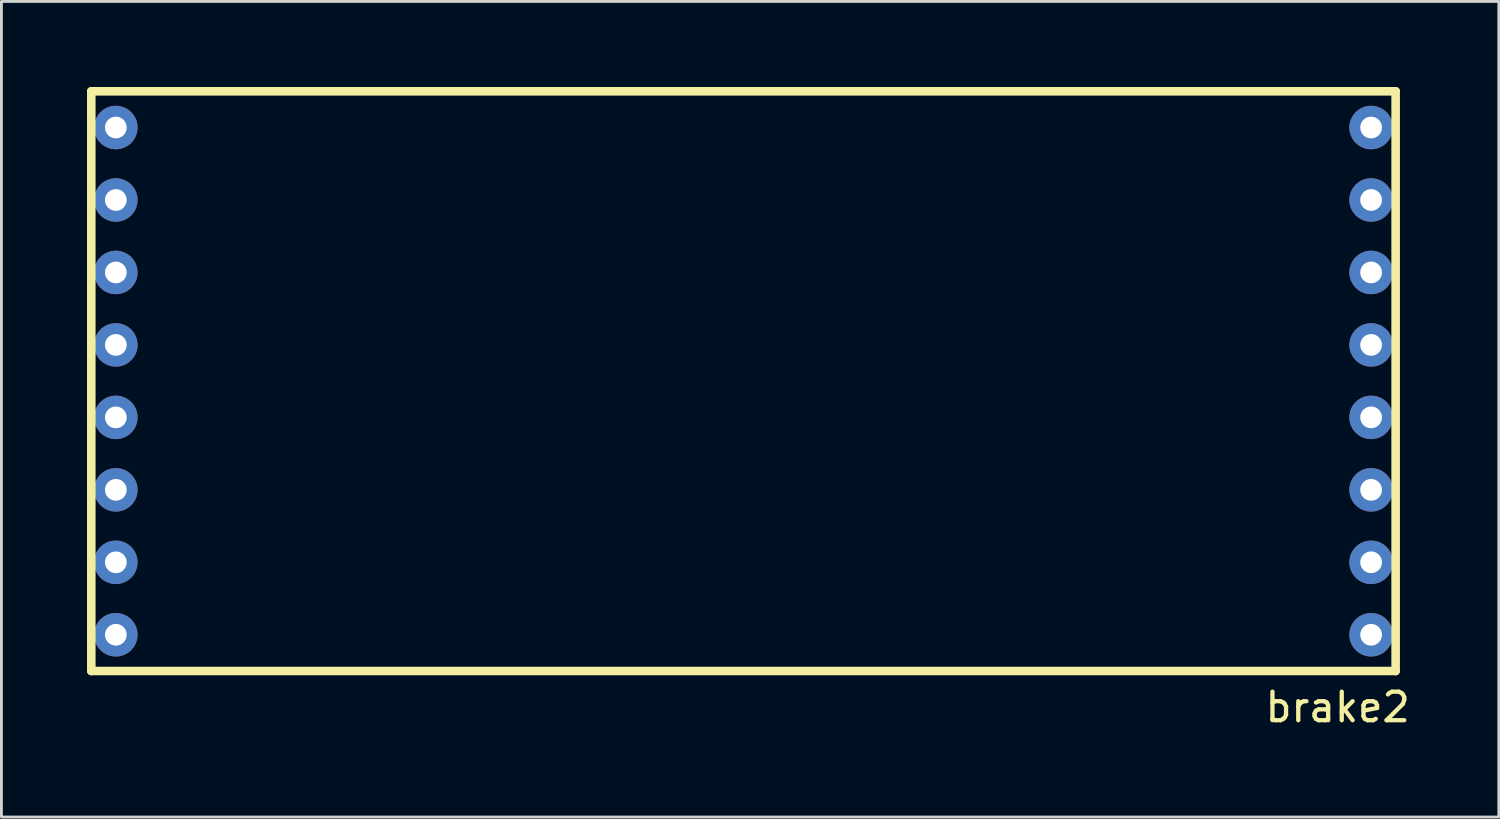
<source format=kicad_pcb>
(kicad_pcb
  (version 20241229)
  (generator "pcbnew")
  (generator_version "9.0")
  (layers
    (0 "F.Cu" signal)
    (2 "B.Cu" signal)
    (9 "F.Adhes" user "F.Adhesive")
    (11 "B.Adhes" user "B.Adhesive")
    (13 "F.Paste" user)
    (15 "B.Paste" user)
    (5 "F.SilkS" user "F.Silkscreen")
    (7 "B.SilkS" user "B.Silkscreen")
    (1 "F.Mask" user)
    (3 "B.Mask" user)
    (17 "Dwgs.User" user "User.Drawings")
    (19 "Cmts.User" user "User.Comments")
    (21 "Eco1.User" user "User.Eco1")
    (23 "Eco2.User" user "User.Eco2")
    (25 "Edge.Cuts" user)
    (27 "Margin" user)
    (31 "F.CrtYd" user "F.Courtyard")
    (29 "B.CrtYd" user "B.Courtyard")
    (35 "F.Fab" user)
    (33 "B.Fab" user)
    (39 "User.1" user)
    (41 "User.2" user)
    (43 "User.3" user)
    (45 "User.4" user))
  (footprint "brake2"
    (layer "F.Cu")
    (at 23.01 10.31)
    (property "Reference" "brake2" (at 20.828 11.43 0) (layer "F.SilkS") (effects (font (size 1 1) (thickness 0.15))))
    (attr through_hole)
    (fp_line (start -22.86 -10.16) (end 22.86 -10.16) (stroke (width 0.3) (type solid)) (layer "F.SilkS"))
    (fp_line (start -22.86 10.16) (end -22.86 -10.16) (stroke (width 0.3) (type solid)) (layer "F.SilkS"))
    (fp_line (start 22.86 -10.16) (end 22.86 10.16) (stroke (width 0.3) (type solid)) (layer "F.SilkS"))
    (fp_line (start 22.86 10.16) (end -22.86 10.16) (stroke (width 0.3) (type solid)) (layer "F.SilkS"))
    (pad "1" thru_hole circle (at -22 -8.89) (size 1.524 1.524) (drill 0.762) (layers "*.Cu" "*.Mask"))
    (pad "2" thru_hole circle (at -22 -6.35) (size 1.524 1.524) (drill 0.762) (layers "*.Cu" "*.Mask"))
    (pad "3" thru_hole circle (at -22 -3.81) (size 1.524 1.524) (drill 0.762) (layers "*.Cu" "*.Mask"))
    (pad "4" thru_hole circle (at -22 -1.27) (size 1.524 1.524) (drill 0.762) (layers "*.Cu" "*.Mask"))
    (pad "5" thru_hole circle (at -22 1.27) (size 1.524 1.524) (drill 0.762) (layers "*.Cu" "*.Mask"))
    (pad "6" thru_hole circle (at -22 3.81) (size 1.524 1.524) (drill 0.762) (layers "*.Cu" "*.Mask"))
    (pad "7" thru_hole circle (at -22 6.35) (size 1.524 1.524) (drill 0.762) (layers "*.Cu" "*.Mask"))
    (pad "8" thru_hole circle (at -22 8.89) (size 1.524 1.524) (drill 0.762) (layers "*.Cu" "*.Mask"))
    (pad "9" thru_hole circle (at 22 8.89) (size 1.524 1.524) (drill 0.762) (layers "*.Cu" "*.Mask"))
    (pad "10" thru_hole circle (at 22 6.35) (size 1.524 1.524) (drill 0.762) (layers "*.Cu" "*.Mask"))
    (pad "11" thru_hole circle (at 22 3.81) (size 1.524 1.524) (drill 0.762) (layers "*.Cu" "*.Mask"))
    (pad "12" thru_hole circle (at 22 1.27) (size 1.524 1.524) (drill 0.762) (layers "*.Cu" "*.Mask"))
    (pad "13" thru_hole circle (at 22 -1.27) (size 1.524 1.524) (drill 0.762) (layers "*.Cu" "*.Mask"))
    (pad "14" thru_hole circle (at 22 -3.81) (size 1.524 1.524) (drill 0.762) (layers "*.Cu" "*.Mask"))
    (pad "15" thru_hole circle (at 22 -6.35) (size 1.524 1.524) (drill 0.762) (layers "*.Cu" "*.Mask"))
    (pad "16" thru_hole circle (at 22 -8.89) (size 1.524 1.524) (drill 0.762) (layers "*.Cu" "*.Mask")))
  (gr_rect
    (start -3 -3)
    (end 49.487 25.588)
    (stroke (width 0.1) (type default))
    (fill no)
    (layer "Edge.Cuts")))
</source>
